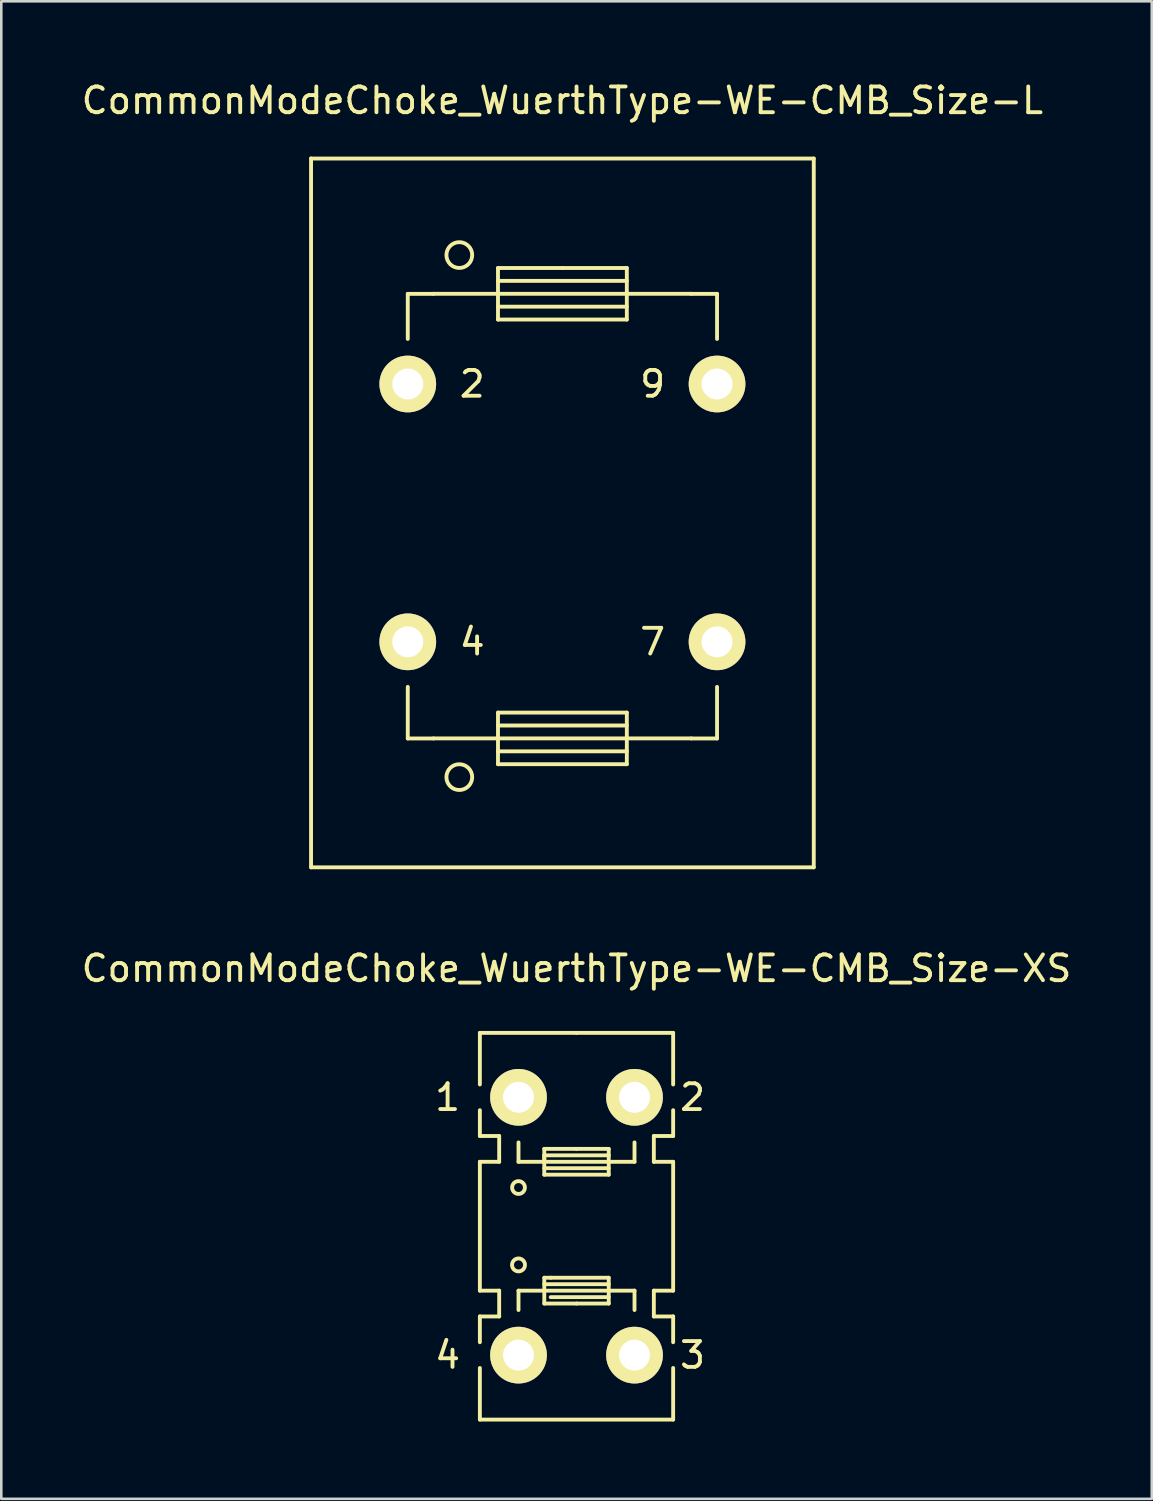
<source format=kicad_pcb>
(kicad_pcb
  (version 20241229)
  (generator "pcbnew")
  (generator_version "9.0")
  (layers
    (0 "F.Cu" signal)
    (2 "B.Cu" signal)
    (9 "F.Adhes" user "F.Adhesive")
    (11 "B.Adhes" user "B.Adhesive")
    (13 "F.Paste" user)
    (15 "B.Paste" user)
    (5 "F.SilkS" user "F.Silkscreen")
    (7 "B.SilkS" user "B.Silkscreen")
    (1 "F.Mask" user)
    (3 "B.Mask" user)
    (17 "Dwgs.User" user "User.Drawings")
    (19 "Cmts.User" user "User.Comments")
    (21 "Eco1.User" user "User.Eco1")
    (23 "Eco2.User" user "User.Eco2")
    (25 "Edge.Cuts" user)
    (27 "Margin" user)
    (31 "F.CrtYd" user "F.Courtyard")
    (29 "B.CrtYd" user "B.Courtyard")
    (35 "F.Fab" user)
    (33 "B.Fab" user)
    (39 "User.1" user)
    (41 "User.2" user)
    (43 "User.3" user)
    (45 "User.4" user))
  (footprint "CommonModeChoke_WuerthType-WE-CMB_Size-L"
    (layer "F.Cu")
    (at 18.768 16.848)
    (property "Reference" "CommonModeChoke_WuerthType-WE-CMB_Size-L" (at 0 -15.999 0) (layer "F.SilkS") (effects (font (size 1 1) (thickness 0.15))))
    (attr through_hole)
    (fp_line (start -9.751 -13.749) (end -9.751 13.749) (stroke (width 0.15) (type solid)) (layer "F.SilkS"))
    (fp_line (start -5.999 -8.499) (end -5.999 -6.749) (stroke (width 0.15) (type solid)) (layer "F.SilkS"))
    (fp_line (start -5.999 8.75) (end -5.999 6.749) (stroke (width 0.15) (type solid)) (layer "F.SilkS"))
    (fp_line (start -5.001 -8.499) (end -5.999 -8.499) (stroke (width 0.15) (type solid)) (layer "F.SilkS"))
    (fp_line (start -5.001 8.748) (end -2.499 8.748) (stroke (width 0.15) (type solid)) (layer "F.SilkS"))
    (fp_line (start -5.001 8.75) (end -5.999 8.75) (stroke (width 0.15) (type solid)) (layer "F.SilkS"))
    (fp_line (start -2.499 -9.502) (end 0 -9.502) (stroke (width 0.15) (type solid)) (layer "F.SilkS"))
    (fp_line (start -2.499 -8.501) (end -5.001 -8.501) (stroke (width 0.15) (type solid)) (layer "F.SilkS"))
    (fp_line (start -2.499 -8.501) (end 2.499 -8.501) (stroke (width 0.15) (type solid)) (layer "F.SilkS"))
    (fp_line (start -2.499 -8.001) (end 2.499 -8.001) (stroke (width 0.15) (type solid)) (layer "F.SilkS"))
    (fp_line (start -2.499 -7.501) (end -2.499 -9.502) (stroke (width 0.15) (type solid)) (layer "F.SilkS"))
    (fp_line (start -2.499 7.747) (end 2.499 7.747) (stroke (width 0.15) (type solid)) (layer "F.SilkS"))
    (fp_line (start -2.499 9.248) (end 2.499 9.248) (stroke (width 0.15) (type solid)) (layer "F.SilkS"))
    (fp_line (start -2.499 9.749) (end -2.499 7.747) (stroke (width 0.15) (type solid)) (layer "F.SilkS"))
    (fp_line (start 0 -9.502) (end 2.499 -9.502) (stroke (width 0.15) (type solid)) (layer "F.SilkS"))
    (fp_line (start 2.499 -9.502) (end 2.499 -7.501) (stroke (width 0.15) (type solid)) (layer "F.SilkS"))
    (fp_line (start 2.499 -9.002) (end -2.499 -9.002) (stroke (width 0.15) (type solid)) (layer "F.SilkS"))
    (fp_line (start 2.499 -8.501) (end 5.001 -8.501) (stroke (width 0.15) (type solid)) (layer "F.SilkS"))
    (fp_line (start 2.499 -7.501) (end -2.499 -7.501) (stroke (width 0.15) (type solid)) (layer "F.SilkS"))
    (fp_line (start 2.499 7.747) (end 2.499 9.749) (stroke (width 0.15) (type solid)) (layer "F.SilkS"))
    (fp_line (start 2.499 8.247) (end -2.499 8.247) (stroke (width 0.15) (type solid)) (layer "F.SilkS"))
    (fp_line (start 2.499 8.748) (end -2.499 8.748) (stroke (width 0.15) (type solid)) (layer "F.SilkS"))
    (fp_line (start 2.499 9.749) (end -2.499 9.749) (stroke (width 0.15) (type solid)) (layer "F.SilkS"))
    (fp_line (start 5.001 -8.499) (end 5.999 -8.499) (stroke (width 0.15) (type solid)) (layer "F.SilkS"))
    (fp_line (start 5.001 8.748) (end 2.499 8.748) (stroke (width 0.15) (type solid)) (layer "F.SilkS"))
    (fp_line (start 5.001 8.75) (end 5.999 8.75) (stroke (width 0.15) (type solid)) (layer "F.SilkS"))
    (fp_line (start 5.999 -8.499) (end 5.999 -6.749) (stroke (width 0.15) (type solid)) (layer "F.SilkS"))
    (fp_line (start 5.999 8.75) (end 5.999 6.749) (stroke (width 0.15) (type solid)) (layer "F.SilkS"))
    (fp_line (start 9.751 -13.749) (end -9.751 -13.749) (stroke (width 0.15) (type solid)) (layer "F.SilkS"))
    (fp_line (start 9.751 -13.749) (end 9.751 13.749) (stroke (width 0.15) (type solid)) (layer "F.SilkS"))
    (fp_line (start 9.751 13.749) (end -9.751 13.749) (stroke (width 0.15) (type solid)) (layer "F.SilkS"))
    (fp_circle (center -4 -10.003) (end -3.5 -10.003) (stroke (width 0.15) (type solid)) (fill no) (layer "F.SilkS"))
    (fp_circle (center -4 10.249) (end -3.5 10.249) (stroke (width 0.15) (type solid)) (fill no) (layer "F.SilkS"))
    (fp_text user "4" (at -3.5 5.001 0) (layer "F.SilkS") (effects (font (size 1 1) (thickness 0.15))))
    (fp_text user "9" (at 3.5 -5.001 0) (layer "F.SilkS") (effects (font (size 1 1) (thickness 0.15))))
    (fp_text user "7" (at 3.5 5.001 0) (layer "F.SilkS") (effects (font (size 1 1) (thickness 0.15))))
    (fp_text user "2" (at -3.5 -5.001 0) (layer "F.SilkS") (effects (font (size 1 1) (thickness 0.15))))
    (pad "2" thru_hole circle (at -5.999 -5.001) (size 2.2 2.2) (drill 1.199) (layers "*.Cu" "*.Mask" "F.SilkS"))
    (pad "4" thru_hole circle (at -5.999 5.001) (size 2.2 2.2) (drill 1.199) (layers "*.Cu" "*.Mask" "F.SilkS"))
    (pad "7" thru_hole circle (at 5.999 5.001) (size 2.2 2.2) (drill 1.199) (layers "*.Cu" "*.Mask" "F.SilkS"))
    (pad "9" thru_hole circle (at 5.999 -5.001) (size 2.2 2.2) (drill 1.199) (layers "*.Cu" "*.Mask" "F.SilkS")))
  (footprint "CommonModeChoke_WuerthType-WE-CMB_Size-XS"
    (layer "F.Cu")
    (at 19.315 44.52)
    (property "Reference" "CommonModeChoke_WuerthType-WE-CMB_Size-XS" (at 0 -10 0) (layer "F.SilkS") (effects (font (size 1 1) (thickness 0.15))))
    (attr through_hole)
    (fp_line (start -3.749 -7.501) (end 0 -7.501) (stroke (width 0.15) (type solid)) (layer "F.SilkS"))
    (fp_line (start -3.749 -5.499) (end -3.749 -7.501) (stroke (width 0.15) (type solid)) (layer "F.SilkS"))
    (fp_line (start -3.749 -3.5) (end -3.749 -4.501) (stroke (width 0.15) (type solid)) (layer "F.SilkS"))
    (fp_line (start -3.749 -2.499) (end -3 -2.499) (stroke (width 0.15) (type solid)) (layer "F.SilkS"))
    (fp_line (start -3.749 2.499) (end -3.749 -2.499) (stroke (width 0.15) (type solid)) (layer "F.SilkS"))
    (fp_line (start -3.749 3.5) (end -3 3.5) (stroke (width 0.15) (type solid)) (layer "F.SilkS"))
    (fp_line (start -3.749 4.501) (end -3.749 3.5) (stroke (width 0.15) (type solid)) (layer "F.SilkS"))
    (fp_line (start -3.749 7.501) (end -3.749 5.499) (stroke (width 0.15) (type solid)) (layer "F.SilkS"))
    (fp_line (start -3 -3.5) (end -3.749 -3.5) (stroke (width 0.15) (type solid)) (layer "F.SilkS"))
    (fp_line (start -3 -2.499) (end -3 -3.5) (stroke (width 0.15) (type solid)) (layer "F.SilkS"))
    (fp_line (start -3 2.499) (end -3.749 2.499) (stroke (width 0.15) (type solid)) (layer "F.SilkS"))
    (fp_line (start -3 3.5) (end -3 2.499) (stroke (width 0.15) (type solid)) (layer "F.SilkS"))
    (fp_line (start -2.25 -2.499) (end -2.25 -3.251) (stroke (width 0.15) (type solid)) (layer "F.SilkS"))
    (fp_line (start -2.25 2.499) (end -2.25 3.251) (stroke (width 0.15) (type solid)) (layer "F.SilkS"))
    (fp_line (start -1.25 -3) (end 0 -3) (stroke (width 0.15) (type solid)) (layer "F.SilkS"))
    (fp_line (start -1.25 -2.751) (end -1.25 -2.499) (stroke (width 0.15) (type solid)) (layer "F.SilkS"))
    (fp_line (start -1.25 -2.499) (end -2.25 -2.499) (stroke (width 0.15) (type solid)) (layer "F.SilkS"))
    (fp_line (start -1.25 -2.25) (end 1.25 -2.25) (stroke (width 0.15) (type solid)) (layer "F.SilkS"))
    (fp_line (start -1.25 -1.999) (end -1.25 -3) (stroke (width 0.15) (type solid)) (layer "F.SilkS"))
    (fp_line (start -1.25 1.999) (end -1.25 3) (stroke (width 0.15) (type solid)) (layer "F.SilkS"))
    (fp_line (start -1.25 2.499) (end -2.25 2.499) (stroke (width 0.15) (type solid)) (layer "F.SilkS"))
    (fp_line (start -1.25 3) (end 0 3) (stroke (width 0.15) (type solid)) (layer "F.SilkS"))
    (fp_line (start -1.001 1.999) (end -1.25 1.999) (stroke (width 0.15) (type solid)) (layer "F.SilkS"))
    (fp_line (start 0 -7.501) (end 3.749 -7.501) (stroke (width 0.15) (type solid)) (layer "F.SilkS"))
    (fp_line (start 0 -3) (end 1.25 -3) (stroke (width 0.15) (type solid)) (layer "F.SilkS"))
    (fp_line (start 0 3) (end 1.25 3) (stroke (width 0.15) (type solid)) (layer "F.SilkS"))
    (fp_line (start 1.25 -3) (end 1.25 -1.999) (stroke (width 0.15) (type solid)) (layer "F.SilkS"))
    (fp_line (start 1.25 -2.751) (end -1.25 -2.751) (stroke (width 0.15) (type solid)) (layer "F.SilkS"))
    (fp_line (start 1.25 -2.499) (end -1.25 -2.499) (stroke (width 0.15) (type solid)) (layer "F.SilkS"))
    (fp_line (start 1.25 -2.499) (end 2.25 -2.499) (stroke (width 0.15) (type solid)) (layer "F.SilkS"))
    (fp_line (start 1.25 -1.999) (end -1.25 -1.999) (stroke (width 0.15) (type solid)) (layer "F.SilkS"))
    (fp_line (start 1.25 1.999) (end -1.001 1.999) (stroke (width 0.15) (type solid)) (layer "F.SilkS"))
    (fp_line (start 1.25 2.25) (end -1.25 2.25) (stroke (width 0.15) (type solid)) (layer "F.SilkS"))
    (fp_line (start 1.25 2.499) (end -1.25 2.499) (stroke (width 0.15) (type solid)) (layer "F.SilkS"))
    (fp_line (start 1.25 2.499) (end 2.25 2.499) (stroke (width 0.15) (type solid)) (layer "F.SilkS"))
    (fp_line (start 1.25 2.751) (end -1.001 2.751) (stroke (width 0.15) (type solid)) (layer "F.SilkS"))
    (fp_line (start 1.25 3) (end 1.25 1.999) (stroke (width 0.15) (type solid)) (layer "F.SilkS"))
    (fp_line (start 2.25 -2.499) (end 2.25 -3.251) (stroke (width 0.15) (type solid)) (layer "F.SilkS"))
    (fp_line (start 2.25 2.499) (end 2.25 3.251) (stroke (width 0.15) (type solid)) (layer "F.SilkS"))
    (fp_line (start 3 -3.5) (end 3 -2.499) (stroke (width 0.15) (type solid)) (layer "F.SilkS"))
    (fp_line (start 3 -2.499) (end 3.749 -2.499) (stroke (width 0.15) (type solid)) (layer "F.SilkS"))
    (fp_line (start 3 2.499) (end 3 3.5) (stroke (width 0.15) (type solid)) (layer "F.SilkS"))
    (fp_line (start 3 3.5) (end 3.749 3.5) (stroke (width 0.15) (type solid)) (layer "F.SilkS"))
    (fp_line (start 3.749 -7.501) (end 3.749 -5.499) (stroke (width 0.15) (type solid)) (layer "F.SilkS"))
    (fp_line (start 3.749 -4.501) (end 3.749 -3.5) (stroke (width 0.15) (type solid)) (layer "F.SilkS"))
    (fp_line (start 3.749 -3.5) (end 3 -3.5) (stroke (width 0.15) (type solid)) (layer "F.SilkS"))
    (fp_line (start 3.749 -2.499) (end 3.749 2.499) (stroke (width 0.15) (type solid)) (layer "F.SilkS"))
    (fp_line (start 3.749 2.499) (end 3 2.499) (stroke (width 0.15) (type solid)) (layer "F.SilkS"))
    (fp_line (start 3.749 3.5) (end 3.749 4.501) (stroke (width 0.15) (type solid)) (layer "F.SilkS"))
    (fp_line (start 3.749 5.499) (end 3.749 7.501) (stroke (width 0.15) (type solid)) (layer "F.SilkS"))
    (fp_line (start 3.749 7.501) (end -3.749 7.501) (stroke (width 0.15) (type solid)) (layer "F.SilkS"))
    (fp_circle (center -2.25 -1.501) (end -2.002 -1.501) (stroke (width 0.15) (type solid)) (fill no) (layer "F.SilkS"))
    (fp_circle (center -2.25 1.501) (end -2.25 1.25) (stroke (width 0.15) (type solid)) (fill no) (layer "F.SilkS"))
    (fp_text user "1" (at -5.001 -5.001 0) (layer "F.SilkS") (effects (font (size 1 1) (thickness 0.15))))
    (fp_text user "3" (at 4.501 5.001 0) (layer "F.SilkS") (effects (font (size 1 1) (thickness 0.15))))
    (fp_text user "2" (at 4.501 -5.001 0) (layer "F.SilkS") (effects (font (size 1 1) (thickness 0.15))))
    (fp_text user "4" (at -5.001 5.001 0) (layer "F.SilkS") (effects (font (size 1 1) (thickness 0.15))))
    (pad "1" thru_hole circle (at -2.25 -5.001) (size 2.2 2.2) (drill 1.199) (layers "*.Cu" "*.Mask" "F.SilkS"))
    (pad "2" thru_hole circle (at 2.25 -5.001) (size 2.2 2.2) (drill 1.199) (layers "*.Cu" "*.Mask" "F.SilkS"))
    (pad "3" thru_hole circle (at 2.25 5.001) (size 2.2 2.2) (drill 1.199) (layers "*.Cu" "*.Mask" "F.SilkS"))
    (pad "4" thru_hole circle (at -2.25 5.001) (size 2.2 2.2) (drill 1.199) (layers "*.Cu" "*.Mask" "F.SilkS")))
  (gr_rect
    (start -3 -3)
    (end 41.631 55.096)
    (stroke (width 0.1) (type default))
    (fill no)
    (layer "Edge.Cuts")))
</source>
